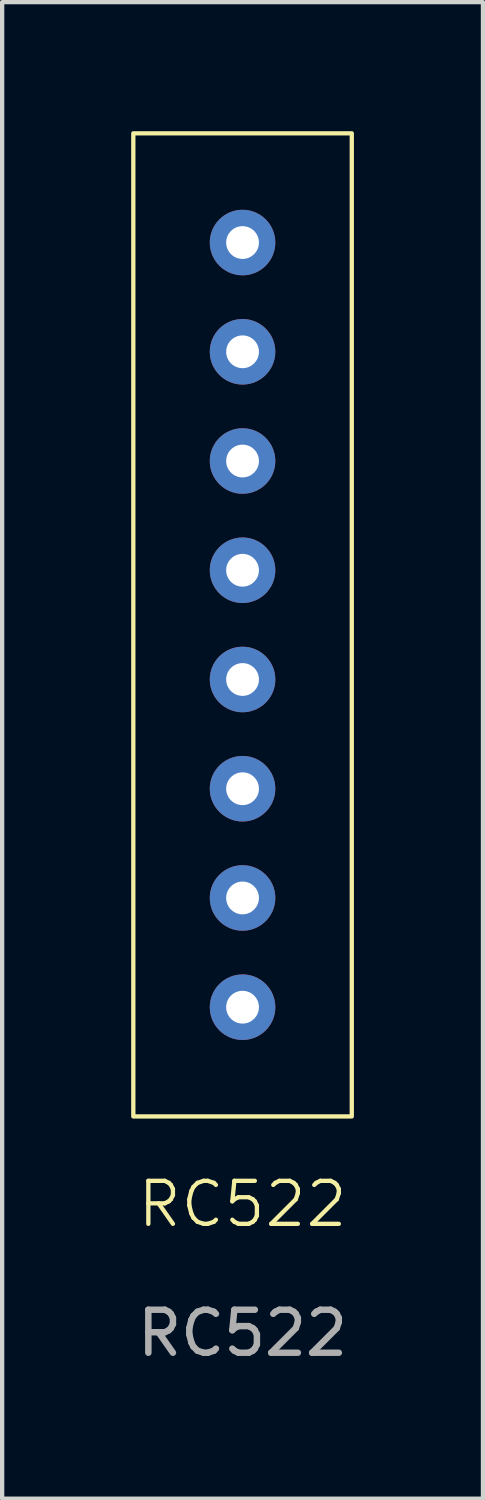
<source format=kicad_pcb>
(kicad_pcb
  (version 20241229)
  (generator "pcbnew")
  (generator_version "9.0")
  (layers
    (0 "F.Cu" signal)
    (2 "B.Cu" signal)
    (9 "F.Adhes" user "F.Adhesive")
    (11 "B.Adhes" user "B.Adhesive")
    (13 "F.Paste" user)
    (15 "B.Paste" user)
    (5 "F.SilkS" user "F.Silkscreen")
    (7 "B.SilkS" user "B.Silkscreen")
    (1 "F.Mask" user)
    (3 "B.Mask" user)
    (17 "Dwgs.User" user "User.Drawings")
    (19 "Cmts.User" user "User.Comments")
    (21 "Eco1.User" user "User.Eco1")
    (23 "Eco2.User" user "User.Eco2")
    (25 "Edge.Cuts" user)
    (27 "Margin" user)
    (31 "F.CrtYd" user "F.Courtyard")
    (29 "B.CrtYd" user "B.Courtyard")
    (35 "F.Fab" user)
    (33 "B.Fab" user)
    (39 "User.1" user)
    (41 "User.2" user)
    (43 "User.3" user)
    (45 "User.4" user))
  (footprint "RC522"
    (layer "F.Cu")
    (at 2.59 25.45)
    (property "Reference" "RC522" (at 0 -0.5 0) (unlocked yes) (layer "F.SilkS") (effects (font (size 1 1) (thickness 0.1))))
    (attr through_hole)
    (fp_rect (start -2.54 -25.4) (end 2.54 -2.54) (stroke (width 0.1) (type default)) (fill no) (layer "F.SilkS"))
    (fp_text user "${REFERENCE}" (at 0 2.5 0) (unlocked yes) (layer "F.Fab") (effects (font (size 1 1) (thickness 0.15))))
    (pad "3V3" thru_hole circle (at 0 -5.08) (size 1.524 1.524) (drill 0.762) (layers "*.Cu" "*.Mask"))
    (pad "GND" thru_hole circle (at 0 -10.16) (size 1.524 1.524) (drill 0.762) (layers "*.Cu" "*.Mask"))
    (pad "IRQ" thru_hole circle (at 0 -12.7) (size 1.524 1.524) (drill 0.762) (layers "*.Cu" "*.Mask"))
    (pad "MISO" thru_hole circle (at 0 -15.24) (size 1.524 1.524) (drill 0.762) (layers "*.Cu" "*.Mask"))
    (pad "MOSI" thru_hole circle (at 0 -17.78) (size 1.524 1.524) (drill 0.762) (layers "*.Cu" "*.Mask"))
    (pad "RST" thru_hole circle (at 0 -7.62) (size 1.524 1.524) (drill 0.762) (layers "*.Cu" "*.Mask"))
    (pad "SCK" thru_hole circle (at 0 -20.32) (size 1.524 1.524) (drill 0.762) (layers "*.Cu" "*.Mask"))
    (pad "SDA" thru_hole circle (at 0 -22.86) (size 1.524 1.524) (drill 0.762) (layers "*.Cu" "*.Mask")))
  (gr_rect
    (start -3 -3)
    (end 8.18 31.798)
    (stroke (width 0.1) (type default))
    (fill no)
    (layer "Edge.Cuts")))
</source>
